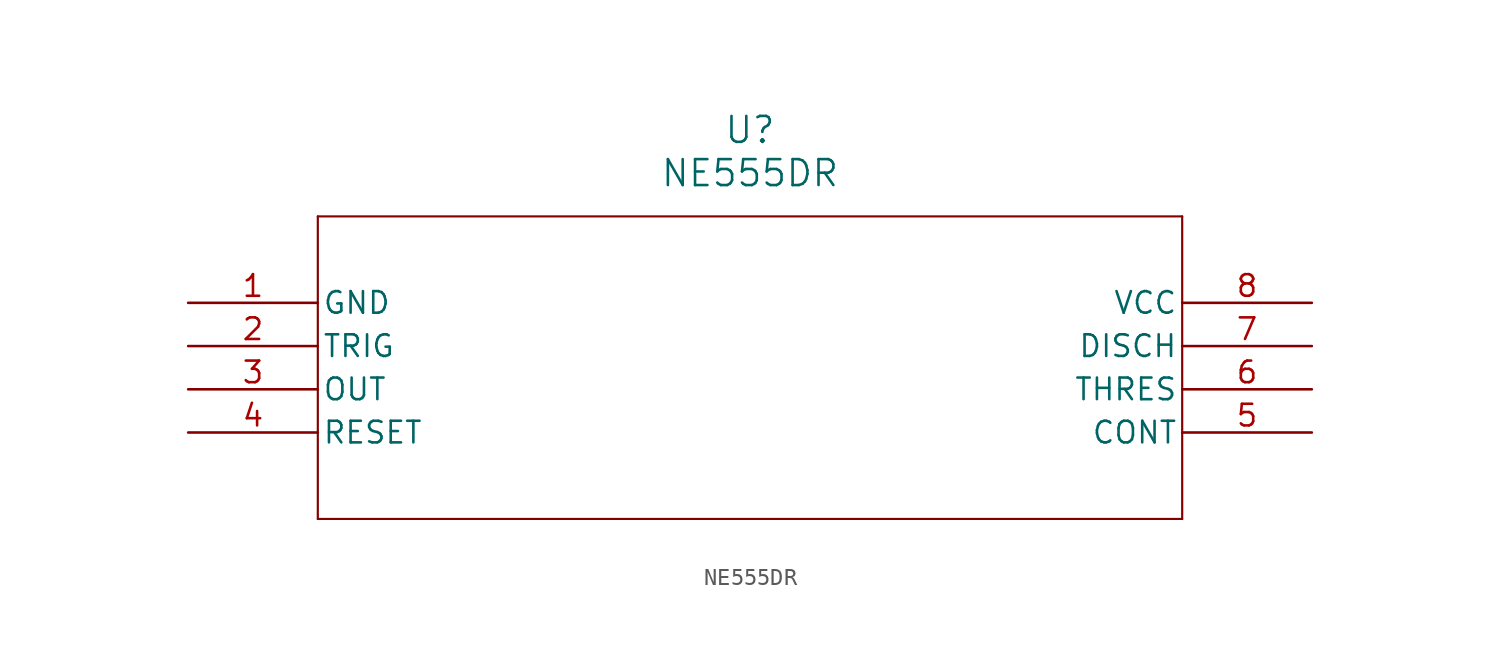
<source format=kicad_sym>
(kicad_symbol_lib
  (version 20211014)
  (generator kicad_symbol_editor)
  (symbol "NE555DR"
    (pin_names
      (offset 0.254))
    (property "Reference" "U"
      (at 33.02 10.16 0)
      (effects (font (size 1.524 1.524))))
    (property "Value" "NE555DR"
      (at 33.02 7.62 0)
      (effects (font (size 1.524 1.524))))
    (symbol "NE555DR_0_1"
      (polyline (pts (xy 7.62 5.08) (xy 7.62 -12.7)) (stroke (width 0.127) (type default) (color 0 0 0 0)) (fill (type none)))
      (polyline (pts (xy 7.62 -12.7) (xy 58.42 -12.7)) (stroke (width 0.127) (type default) (color 0 0 0 0)) (fill (type none)))
      (polyline (pts (xy 58.42 -12.7) (xy 58.42 5.08)) (stroke (width 0.127) (type default) (color 0 0 0 0)) (fill (type none)))
      (polyline (pts (xy 58.42 5.08) (xy 7.62 5.08)) (stroke (width 0.127) (type default) (color 0 0 0 0)) (fill (type none)))
      (pin power_in line (at 0 0 0) (length 7.62) (name "GND" (effects (font (size 1.27 1.27)))) (number "1" (effects (font (size 1.27 1.27)))))
      (pin input line (at 0 -2.54 0) (length 7.62) (name "TRIG" (effects (font (size 1.27 1.27)))) (number "2" (effects (font (size 1.27 1.27)))))
      (pin output line (at 0 -5.08 0) (length 7.62) (name "OUT" (effects (font (size 1.27 1.27)))) (number "3" (effects (font (size 1.27 1.27)))))
      (pin input line (at 0 -7.62 0) (length 7.62) (name "RESET" (effects (font (size 1.27 1.27)))) (number "4" (effects (font (size 1.27 1.27)))))
      (pin unspecified line (at 66.04 -7.62 180) (length 7.62) (name "CONT" (effects (font (size 1.27 1.27)))) (number "5" (effects (font (size 1.27 1.27)))))
      (pin input line (at 66.04 -5.08 180) (length 7.62) (name "THRES" (effects (font (size 1.27 1.27)))) (number "6" (effects (font (size 1.27 1.27)))))
      (pin unspecified line (at 66.04 -2.54 180) (length 7.62) (name "DISCH" (effects (font (size 1.27 1.27)))) (number "7" (effects (font (size 1.27 1.27)))))
      (pin power_in line (at 66.04 0 180) (length 7.62) (name "VCC" (effects (font (size 1.27 1.27)))) (number "8" (effects (font (size 1.27 1.27))))))))
</source>
